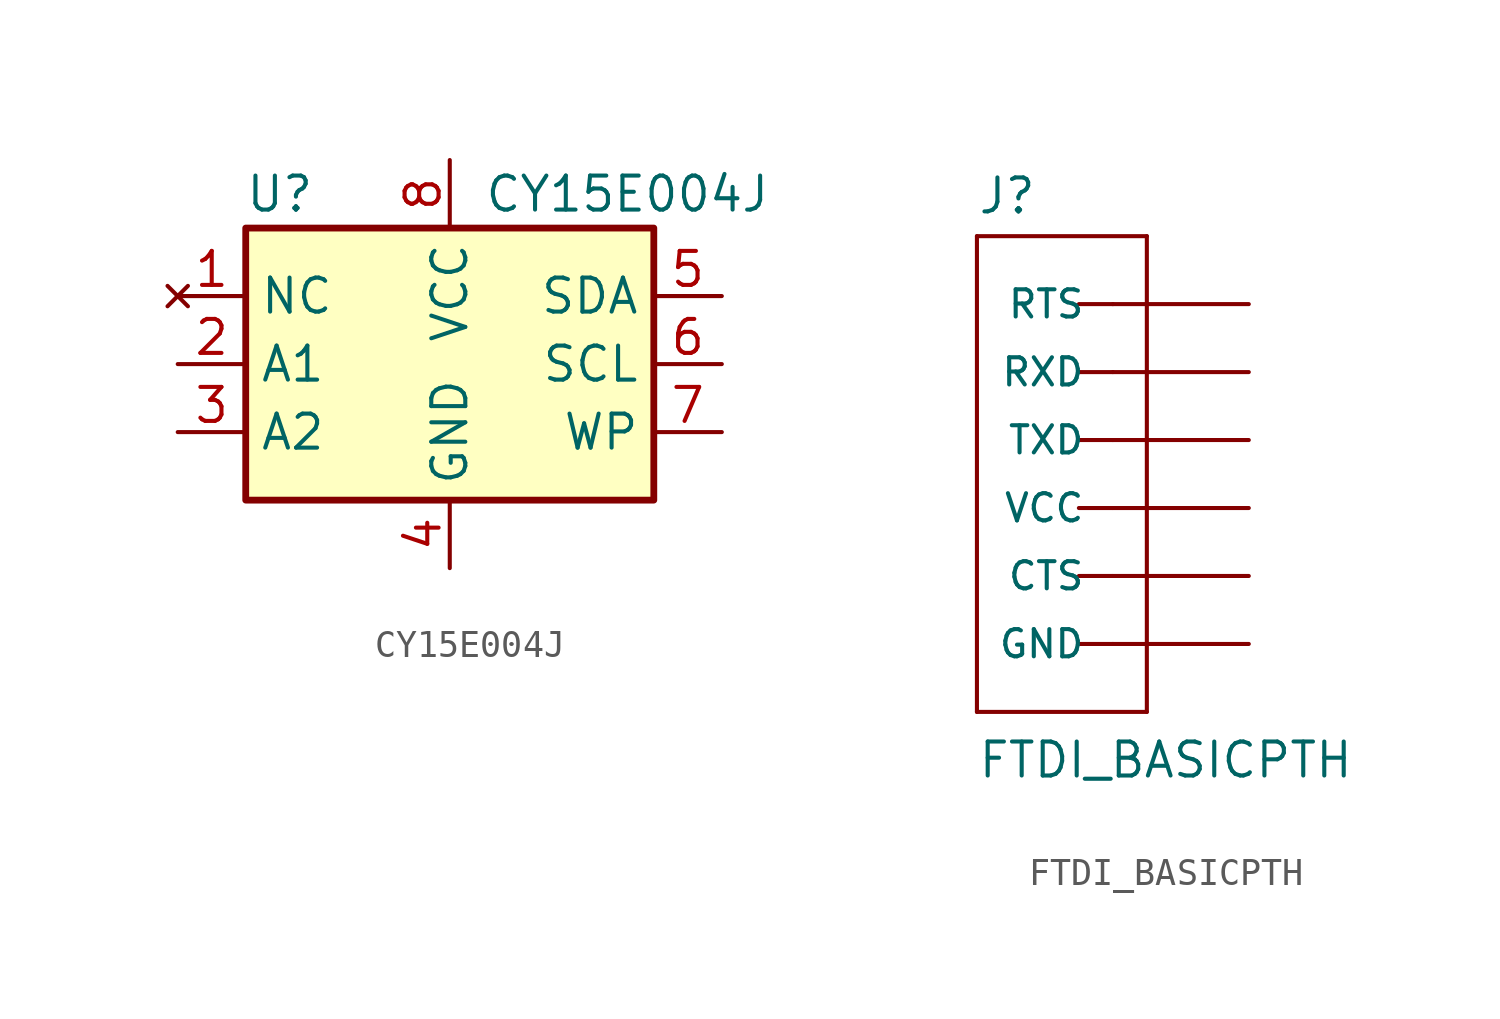
<source format=kicad_sym>
(kicad_symbol_lib
  (version 20211014)
  (generator kicad_symbol_editor)
  (symbol "CY15E004J"
    (property "Reference" "U"
      (at -6.35 6.35 0)
      (effects (font (size 1.27 1.27))))
    (property "Value" "CY15E004J"
      (at 1.27 6.35 0)
      (effects (font (size 1.27 1.27)) (justify left)))
    (symbol "CY15E004J_1_1"
      (rectangle (start -7.62 5.08) (end 7.62 -5.08) (stroke (width 0.254) (type default) (color 0 0 0 0)) (fill (type background)))
      (pin no_connect line (at -10.16 2.54 0) (length 2.54) (name "NC" (effects (font (size 1.27 1.27)))) (number "1" (effects (font (size 1.27 1.27)))))
      (pin input line (at -10.16 0 0) (length 2.54) (name "A1" (effects (font (size 1.27 1.27)))) (number "2" (effects (font (size 1.27 1.27)))))
      (pin input line (at -10.16 -2.54 0) (length 2.54) (name "A2" (effects (font (size 1.27 1.27)))) (number "3" (effects (font (size 1.27 1.27)))))
      (pin power_in line (at 0 -7.62 90) (length 2.54) (name "GND" (effects (font (size 1.27 1.27)))) (number "4" (effects (font (size 1.27 1.27)))))
      (pin bidirectional line (at 10.16 2.54 180) (length 2.54) (name "SDA" (effects (font (size 1.27 1.27)))) (number "5" (effects (font (size 1.27 1.27)))))
      (pin input line (at 10.16 0 180) (length 2.54) (name "SCL" (effects (font (size 1.27 1.27)))) (number "6" (effects (font (size 1.27 1.27)))))
      (pin input line (at 10.16 -2.54 180) (length 2.54) (name "WP" (effects (font (size 1.27 1.27)))) (number "7" (effects (font (size 1.27 1.27)))))
      (pin power_in line (at 0 7.62 270) (length 2.54) (name "VCC" (effects (font (size 1.27 1.27)))) (number "8" (effects (font (size 1.27 1.27)))))))
  (symbol "FTDI_BASICPTH"
    (pin_numbers hide)
    (pin_names
      (offset 1.016))
    (property "Reference" "J"
      (at -5.08 10.922 0)
      (effects (font (size 1.27 1.27)) (justify left bottom)))
    (property "Value" "FTDI_BASICPTH"
      (at -5.08 -10.16 0)
      (effects (font (size 1.27 1.27)) (justify left bottom)))
    (property "Datasheet" ""
      (at 0 0 0)
      (effects (font (size 1.524 1.524))))
    (property "ki_locked" ""
      (at 0 0 0)
      (effects (font (size 1.27 1.27))))
    (symbol "FTDI_BASICPTH_1_0"
      (polyline (pts (xy -5.08 10.16) (xy -5.08 -7.62)) (stroke (width 0) (type default) (color 0 0 0 0)) (fill (type none)))
      (polyline (pts (xy -5.08 10.16) (xy 1.27 10.16)) (stroke (width 0) (type default) (color 0 0 0 0)) (fill (type none)))
      (polyline (pts (xy -1.27 -5.08) (xy 0 -5.08)) (stroke (width 0) (type default) (color 0 0 0 0)) (fill (type none)))
      (polyline (pts (xy -1.27 -2.54) (xy 0 -2.54)) (stroke (width 0) (type default) (color 0 0 0 0)) (fill (type none)))
      (polyline (pts (xy -1.27 0) (xy 0 0)) (stroke (width 0) (type default) (color 0 0 0 0)) (fill (type none)))
      (polyline (pts (xy -1.27 2.54) (xy 0 2.54)) (stroke (width 0) (type default) (color 0 0 0 0)) (fill (type none)))
      (polyline (pts (xy -1.27 5.08) (xy 0 5.08)) (stroke (width 0) (type default) (color 0 0 0 0)) (fill (type none)))
      (polyline (pts (xy -1.27 7.62) (xy 0 7.62)) (stroke (width 0) (type default) (color 0 0 0 0)) (fill (type none)))
      (polyline (pts (xy 1.27 -7.62) (xy -5.08 -7.62)) (stroke (width 0) (type default) (color 0 0 0 0)) (fill (type none)))
      (polyline (pts (xy 1.27 -7.62) (xy 1.27 10.16)) (stroke (width 0) (type default) (color 0 0 0 0)) (fill (type none))))
    (symbol "FTDI_BASICPTH_1_1"
      (pin passive line (at 5.08 -5.08 180) (length 5.08) (name "GND" (effects (font (size 1.016 1.016)))) (number "1" (effects (font (size 1.016 1.016)))))
      (pin passive line (at 5.08 -2.54 180) (length 5.08) (name "CTS" (effects (font (size 1.016 1.016)))) (number "2" (effects (font (size 1.016 1.016)))))
      (pin passive line (at 5.08 0 180) (length 5.08) (name "VCC" (effects (font (size 1.016 1.016)))) (number "3" (effects (font (size 1.016 1.016)))))
      (pin passive line (at 5.08 2.54 180) (length 5.08) (name "TXD" (effects (font (size 1.016 1.016)))) (number "4" (effects (font (size 1.016 1.016)))))
      (pin passive line (at 5.08 5.08 180) (length 5.08) (name "RXD" (effects (font (size 1.016 1.016)))) (number "5" (effects (font (size 1.016 1.016)))))
      (pin passive line (at 5.08 7.62 180) (length 5.08) (name "RTS" (effects (font (size 1.016 1.016)))) (number "6" (effects (font (size 1.016 1.016))))))))
</source>
